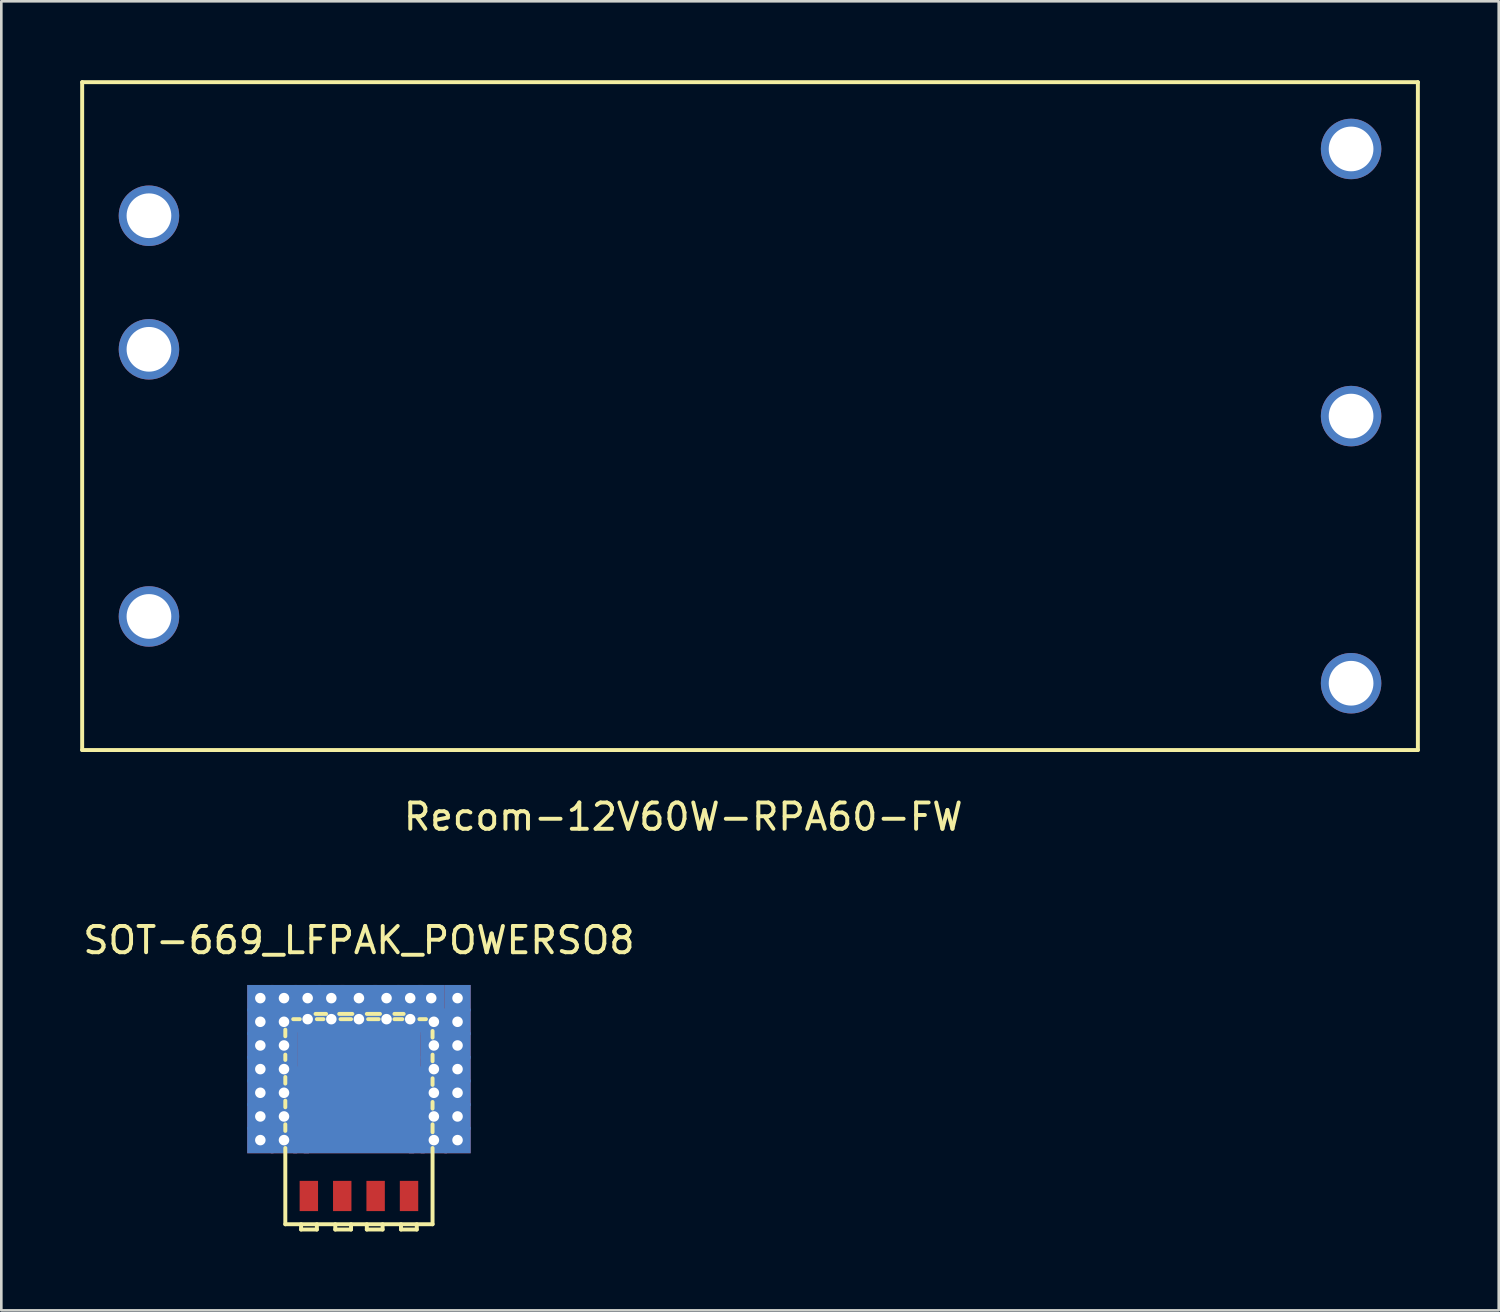
<source format=kicad_pcb>
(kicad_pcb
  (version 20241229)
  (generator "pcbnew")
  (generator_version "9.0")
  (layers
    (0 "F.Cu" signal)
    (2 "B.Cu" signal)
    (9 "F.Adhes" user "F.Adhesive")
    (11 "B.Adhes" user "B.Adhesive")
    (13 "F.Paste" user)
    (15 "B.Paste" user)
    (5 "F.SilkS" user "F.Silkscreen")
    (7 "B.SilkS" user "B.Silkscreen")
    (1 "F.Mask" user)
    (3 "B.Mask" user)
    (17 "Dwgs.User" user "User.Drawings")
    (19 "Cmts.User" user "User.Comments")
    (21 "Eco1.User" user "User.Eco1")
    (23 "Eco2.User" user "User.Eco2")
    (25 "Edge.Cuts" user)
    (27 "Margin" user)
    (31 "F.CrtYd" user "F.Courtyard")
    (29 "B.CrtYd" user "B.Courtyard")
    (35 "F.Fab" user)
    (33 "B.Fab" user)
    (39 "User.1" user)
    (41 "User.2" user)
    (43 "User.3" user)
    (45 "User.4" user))
  (footprint "SOT-669_LFPAK_POWERSO8"
    (layer "F.Cu")
    (at 10.601 39.611)
    (property "Reference" "SOT-669_LFPAK_POWERSO8" (at 0 -6.9 0) (layer "F.SilkS") (effects (font (size 1 1) (thickness 0.15))))
    (attr smd)
    (fp_line (start -2.8 -3.5) (end -2.8 -3.25) (stroke (width 0.15) (type solid)) (layer "F.SilkS"))
    (fp_line (start -2.8 -2.55) (end -2.8 -2.35) (stroke (width 0.15) (type solid)) (layer "F.SilkS"))
    (fp_line (start -2.8 -1.7) (end -2.8 -1.45) (stroke (width 0.15) (type solid)) (layer "F.SilkS"))
    (fp_line (start -2.8 -0.8) (end -2.8 -0.55) (stroke (width 0.15) (type solid)) (layer "F.SilkS"))
    (fp_line (start -2.8 0.1) (end -2.8 0.35) (stroke (width 0.15) (type solid)) (layer "F.SilkS"))
    (fp_line (start -2.8 1) (end -2.8 3.9) (stroke (width 0.15) (type solid)) (layer "F.SilkS"))
    (fp_line (start -2.25 -3.9) (end -2.5 -3.9) (stroke (width 0.15) (type solid)) (layer "F.SilkS"))
    (fp_line (start -2.2 3.9) (end -2.2 4.1) (stroke (width 0.15) (type solid)) (layer "F.SilkS"))
    (fp_line (start -2.2 4.1) (end -1.6 4.1) (stroke (width 0.15) (type solid)) (layer "F.SilkS"))
    (fp_line (start -1.6 4.1) (end -1.6 3.9) (stroke (width 0.15) (type solid)) (layer "F.SilkS"))
    (fp_line (start -1.35 -3.9) (end -1.6 -3.9) (stroke (width 0.15) (type solid)) (layer "F.SilkS"))
    (fp_line (start -1.25 -4.1) (end -1.65 -4.1) (stroke (width 0.15) (type solid)) (layer "F.SilkS"))
    (fp_line (start -0.9 3.9) (end -0.9 4.1) (stroke (width 0.15) (type solid)) (layer "F.SilkS"))
    (fp_line (start -0.9 4.1) (end -0.3 4.1) (stroke (width 0.15) (type solid)) (layer "F.SilkS"))
    (fp_line (start -0.3 -3.9) (end -0.7 -3.9) (stroke (width 0.15) (type solid)) (layer "F.SilkS"))
    (fp_line (start -0.3 4.1) (end -0.3 3.9) (stroke (width 0.15) (type solid)) (layer "F.SilkS"))
    (fp_line (start -0.25 -4.1) (end -0.75 -4.1) (stroke (width 0.15) (type solid)) (layer "F.SilkS"))
    (fp_line (start 0.3 3.9) (end 0.3 4.1) (stroke (width 0.15) (type solid)) (layer "F.SilkS"))
    (fp_line (start 0.3 4.1) (end 0.9 4.1) (stroke (width 0.15) (type solid)) (layer "F.SilkS"))
    (fp_line (start 0.75 -3.9) (end 0.35 -3.9) (stroke (width 0.15) (type solid)) (layer "F.SilkS"))
    (fp_line (start 0.8 -4.1) (end 0.3 -4.1) (stroke (width 0.15) (type solid)) (layer "F.SilkS"))
    (fp_line (start 0.9 4.1) (end 0.9 3.9) (stroke (width 0.15) (type solid)) (layer "F.SilkS"))
    (fp_line (start 1.6 3.9) (end 1.6 4.1) (stroke (width 0.15) (type solid)) (layer "F.SilkS"))
    (fp_line (start 1.6 4.1) (end 2.2 4.1) (stroke (width 0.15) (type solid)) (layer "F.SilkS"))
    (fp_line (start 1.65 -3.9) (end 1.35 -3.9) (stroke (width 0.15) (type solid)) (layer "F.SilkS"))
    (fp_line (start 1.7 -4.1) (end 1.35 -4.1) (stroke (width 0.15) (type solid)) (layer "F.SilkS"))
    (fp_line (start 2.2 4.1) (end 2.2 3.9) (stroke (width 0.15) (type solid)) (layer "F.SilkS"))
    (fp_line (start 2.55 -3.9) (end 2.3 -3.9) (stroke (width 0.15) (type solid)) (layer "F.SilkS"))
    (fp_line (start 2.8 -3.2) (end 2.8 -3.45) (stroke (width 0.15) (type solid)) (layer "F.SilkS"))
    (fp_line (start 2.8 -2.3) (end 2.8 -2.55) (stroke (width 0.15) (type solid)) (layer "F.SilkS"))
    (fp_line (start 2.8 -1.4) (end 2.8 -1.65) (stroke (width 0.15) (type solid)) (layer "F.SilkS"))
    (fp_line (start 2.8 -0.5) (end 2.8 -0.75) (stroke (width 0.15) (type solid)) (layer "F.SilkS"))
    (fp_line (start 2.8 0.4) (end 2.8 0.1) (stroke (width 0.15) (type solid)) (layer "F.SilkS"))
    (fp_line (start 2.8 3.9) (end -2.8 3.9) (stroke (width 0.15) (type solid)) (layer "F.SilkS"))
    (fp_line (start 2.8 3.9) (end 2.8 1) (stroke (width 0.15) (type solid)) (layer "F.SilkS"))
    (pad "" smd rect (at -1.875 -2.9) (size 0.6 0.9) (layers "F.Paste"))
    (pad "" smd rect (at -1.15 -1.05 90) (size 0.6 0.9) (layers "F.Paste"))
    (pad "" smd rect (at -1.15 -0.2 90) (size 0.6 0.9) (layers "F.Paste"))
    (pad "" smd rect (at -1.15 0.65 90) (size 0.6 0.9) (layers "F.Paste"))
    (pad "" smd rect (at -0.6 -2.9) (size 0.6 0.9) (layers "F.Paste"))
    (pad "" smd rect (at 0 -1.05 90) (size 0.6 0.9) (layers "F.Paste"))
    (pad "" smd rect (at 0 -0.2 90) (size 0.6 0.9) (layers "F.Paste"))
    (pad "" smd rect (at 0 0.65 90) (size 0.6 0.9) (layers "F.Paste"))
    (pad "" smd rect (at 0.6 -2.9) (size 0.6 0.9) (layers "F.Paste"))
    (pad "" smd rect (at 1.15 -1.05 90) (size 0.6 0.9) (layers "F.Paste"))
    (pad "" smd rect (at 1.15 -0.2 90) (size 0.6 0.9) (layers "F.Paste"))
    (pad "" smd rect (at 1.15 0.65 90) (size 0.6 0.9) (layers "F.Paste"))
    (pad "" smd rect (at 1.875 -2.9) (size 0.6 0.9) (layers "F.Paste"))
    (pad "1" smd rect (at 1.905 2.825) (size 0.7 1.15) (layers "F.Cu" "F.Mask" "F.Paste"))
    (pad "3" smd rect (at -1.905 2.825) (size 0.7 1.15) (layers "F.Cu" "F.Mask" "F.Paste"))
    (pad "3" smd rect (at -0.635 2.825) (size 0.7 1.15) (layers "F.Cu" "F.Mask" "F.Paste"))
    (pad "3" smd rect (at 0.635 2.825) (size 0.7 1.15) (layers "F.Cu" "F.Mask" "F.Paste"))
    (pad "5" thru_hole rect (at -3.75 -4.7) (size 1 1) (drill 0.4) (layers "*.Cu"))
    (pad "5" thru_hole rect (at -3.75 -3.8) (size 1 1) (drill 0.4) (layers "*.Cu"))
    (pad "5" thru_hole rect (at -3.75 -2.9) (size 1 1) (drill 0.4) (layers "*.Cu"))
    (pad "5" thru_hole rect (at -3.75 -2) (size 1 1) (drill 0.4) (layers "*.Cu"))
    (pad "5" thru_hole rect (at -3.75 -1.1) (size 1 1) (drill 0.4) (layers "*.Cu"))
    (pad "5" thru_hole rect (at -3.75 -0.2) (size 1 1) (drill 0.4) (layers "*.Cu"))
    (pad "5" thru_hole rect (at -3.75 0.7) (size 1 1) (drill 0.4) (layers "*.Cu"))
    (pad "5" thru_hole rect (at -2.85 -4.7) (size 1 1) (drill 0.4) (layers "*.Cu"))
    (pad "5" thru_hole rect (at -2.85 -3.8) (size 1 1) (drill 0.4) (layers "*.Cu"))
    (pad "5" thru_hole rect (at -2.85 -2.9) (size 1 1) (drill 0.4) (layers "*.Cu"))
    (pad "5" thru_hole rect (at -2.85 -2) (size 1 1) (drill 0.4) (layers "*.Cu"))
    (pad "5" thru_hole rect (at -2.85 -1.1) (size 1 1) (drill 0.4) (layers "*.Cu"))
    (pad "5" thru_hole rect (at -2.85 -0.2) (size 1 1) (drill 0.4) (layers "*.Cu"))
    (pad "5" thru_hole rect (at -2.85 0.7) (size 1 1) (drill 0.4) (layers "*.Cu"))
    (pad "5" smd rect (at -2.25 -1.75) (size 0.5 0.5) (layers "F.Cu"))
    (pad "5" smd rect (at -2.2 -0.45) (size 0.6 3.3) (layers "F.Cu"))
    (pad "5" smd rect (at -2.2 -0.45) (size 0.6 3.3) (layers "B.Cu"))
    (pad "5" thru_hole rect (at -1.95 -4.7) (size 1 1) (drill 0.4) (layers "*.Cu"))
    (pad "5" thru_hole rect (at -1.95 -3.9) (size 1 1) (drill 0.4) (layers "*.Cu"))
    (pad "5" thru_hole rect (at -1.05 -4.7) (size 1 1) (drill 0.4) (layers "*.Cu"))
    (pad "5" thru_hole rect (at -1.05 -3.9) (size 1 1) (drill 0.4) (layers "*.Cu"))
    (pad "5" thru_hole rect (at 0 -4.7) (size 1.4 1) (drill 0.4) (layers "*.Cu"))
    (pad "5" thru_hole rect (at 0 -3.9) (size 1.4 1) (drill 0.4) (layers "*.Cu"))
    (pad "5" smd rect (at 0 -2.65) (size 4.7 1.55) (layers "F.Cu" "F.Mask"))
    (pad "5" smd rect (at 0 -2.65) (size 4.7 1.55) (layers "F.Mask" "B.Cu"))
    (pad "5" smd rect (at 0 -0.45) (size 4.2 3.3) (layers "F.Cu" "F.Mask"))
    (pad "5" smd rect (at 0 -0.45) (size 4.2 3.3) (layers "F.Mask" "B.Cu"))
    (pad "5" thru_hole rect (at 1.05 -4.7) (size 1 1) (drill 0.4) (layers "*.Cu"))
    (pad "5" thru_hole rect (at 1.05 -3.9) (size 1 1) (drill 0.4) (layers "*.Cu"))
    (pad "5" thru_hole rect (at 1.95 -4.7) (size 1 1) (drill 0.4) (layers "*.Cu"))
    (pad "5" thru_hole rect (at 1.95 -3.9) (size 1 1) (drill 0.4) (layers "*.Cu"))
    (pad "5" smd rect (at 2.2 -0.45) (size 0.6 3.3) (layers "F.Cu"))
    (pad "5" smd rect (at 2.2 -0.45) (size 0.6 3.3) (layers "B.Cu"))
    (pad "5" smd rect (at 2.25 -1.75) (size 0.5 0.5) (layers "F.Cu"))
    (pad "5" thru_hole rect (at 2.75 -4.7) (size 1 1) (drill 0.4) (layers "*.Cu"))
    (pad "5" thru_hole rect (at 2.85 -3.8) (size 1 1) (drill 0.4) (layers "*.Cu"))
    (pad "5" thru_hole rect (at 2.85 -2.9) (size 1 1) (drill 0.4) (layers "*.Cu"))
    (pad "5" thru_hole rect (at 2.85 -2) (size 1 1) (drill 0.4) (layers "*.Cu"))
    (pad "5" thru_hole rect (at 2.85 -1.1) (size 1 1) (drill 0.4) (layers "*.Cu"))
    (pad "5" thru_hole rect (at 2.85 -0.2) (size 1 1) (drill 0.4) (layers "*.Cu"))
    (pad "5" thru_hole rect (at 2.85 0.7) (size 1 1) (drill 0.4) (layers "*.Cu"))
    (pad "5" thru_hole rect (at 3.75 -4.7) (size 1 1) (drill 0.4) (layers "*.Cu"))
    (pad "5" thru_hole rect (at 3.75 -3.8) (size 1 1) (drill 0.4) (layers "*.Cu"))
    (pad "5" thru_hole rect (at 3.75 -2.9) (size 1 1) (drill 0.4) (layers "*.Cu"))
    (pad "5" thru_hole rect (at 3.75 -2) (size 1 1) (drill 0.4) (layers "*.Cu"))
    (pad "5" thru_hole rect (at 3.75 -1.1) (size 1 1) (drill 0.4) (layers "*.Cu"))
    (pad "5" thru_hole rect (at 3.75 -0.2) (size 1 1) (drill 0.4) (layers "*.Cu"))
    (pad "5" thru_hole rect (at 3.75 0.7) (size 1 1) (drill 0.4) (layers "*.Cu")))
  (footprint "Recom-12V60W-RPA60-FW"
    (layer "F.Cu")
    (at 25.475 12.775)
    (property "Reference" "Recom-12V60W-RPA60-FW" (at -2.54 15.24 0) (layer "F.SilkS") (effects (font (size 1 1) (thickness 0.15))))
    (attr through_hole)
    (fp_line (start -25.4 -12.7) (end -25.4 12.7) (stroke (width 0.15) (type solid)) (layer "F.SilkS"))
    (fp_line (start -25.4 12.7) (end 25.4 12.7) (stroke (width 0.15) (type solid)) (layer "F.SilkS"))
    (fp_line (start 25.4 -12.7) (end -25.4 -12.7) (stroke (width 0.15) (type solid)) (layer "F.SilkS"))
    (fp_line (start 25.4 12.7) (end 25.4 -12.7) (stroke (width 0.15) (type solid)) (layer "F.SilkS"))
    (pad "1" thru_hole circle (at -22.86 -7.62) (size 2.3 2.3) (drill 1.7) (layers "*.Cu" "*.Mask"))
    (pad "2" thru_hole circle (at -22.86 -2.54) (size 2.3 2.3) (drill 1.7) (layers "*.Cu" "*.Mask"))
    (pad "3" thru_hole circle (at -22.86 7.62) (size 2.3 2.3) (drill 1.7) (layers "*.Cu" "*.Mask"))
    (pad "4" thru_hole circle (at 22.86 -10.16) (size 2.3 2.3) (drill 1.7) (layers "*.Cu" "*.Mask"))
    (pad "5" thru_hole circle (at 22.86 0) (size 2.3 2.3) (drill 1.7) (layers "*.Cu" "*.Mask"))
    (pad "6" thru_hole circle (at 22.86 10.16) (size 2.3 2.3) (drill 1.7) (layers "*.Cu" "*.Mask")))
  (gr_rect
    (start -3 -3)
    (end 53.95 46.786)
    (stroke (width 0.1) (type default))
    (fill no)
    (layer "Edge.Cuts")))
</source>
